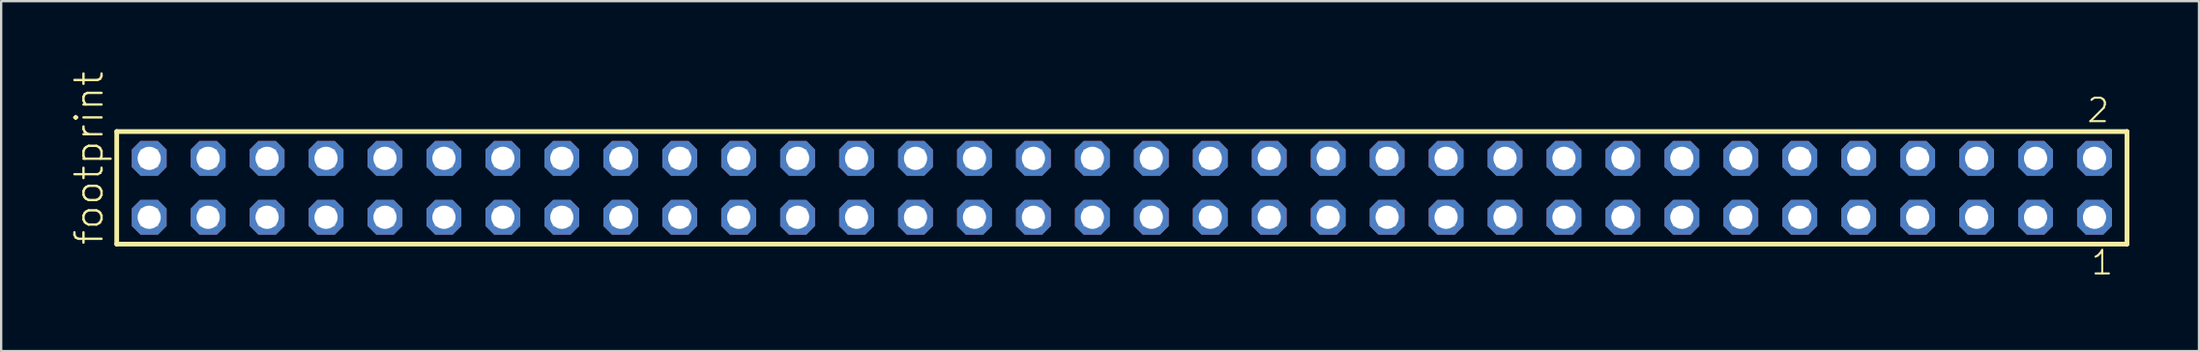
<source format=kicad_pcb>
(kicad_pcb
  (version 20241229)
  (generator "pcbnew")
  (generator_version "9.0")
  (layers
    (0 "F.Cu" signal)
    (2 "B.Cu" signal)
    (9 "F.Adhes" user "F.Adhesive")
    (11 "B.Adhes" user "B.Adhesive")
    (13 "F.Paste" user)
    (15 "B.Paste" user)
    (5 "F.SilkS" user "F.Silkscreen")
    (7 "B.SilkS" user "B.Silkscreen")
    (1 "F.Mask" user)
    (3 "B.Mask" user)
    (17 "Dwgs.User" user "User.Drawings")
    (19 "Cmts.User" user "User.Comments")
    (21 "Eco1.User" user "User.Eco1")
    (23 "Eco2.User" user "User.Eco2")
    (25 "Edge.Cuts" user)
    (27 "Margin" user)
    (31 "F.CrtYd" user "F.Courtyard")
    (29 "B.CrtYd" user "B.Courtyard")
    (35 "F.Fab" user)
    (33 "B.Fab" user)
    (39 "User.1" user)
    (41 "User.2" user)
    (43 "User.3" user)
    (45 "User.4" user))
  (footprint "footprint"
    (layer "F.Cu")
    (at 45.288 5.042)
    (property "Reference" "footprint" (at -43.815 2.54 90) (layer "F.SilkS") (effects (font (size 1.168 1.168) (thickness 0.102)) (justify left bottom)))
    (fp_line (start -43.309 -2.425) (end 43.309 -2.425) (stroke (width 0.203) (type solid)) (layer "F.SilkS"))
    (fp_line (start -43.309 2.425) (end -43.309 -2.425) (stroke (width 0.203) (type solid)) (layer "F.SilkS"))
    (fp_line (start 43.309 -2.425) (end 43.309 2.425) (stroke (width 0.203) (type solid)) (layer "F.SilkS"))
    (fp_line (start 43.309 2.425) (end -43.309 2.425) (stroke (width 0.203) (type solid)) (layer "F.SilkS"))
    (fp_poly (pts (xy -42.26 -0.92) (xy -41.56 -0.92) (xy -41.56 -1.62) (xy -42.26 -1.62)) (stroke (width 0.1) (type solid)) (fill no) (layer "F.Fab"))
    (fp_poly (pts (xy -42.26 1.62) (xy -41.56 1.62) (xy -41.56 0.92) (xy -42.26 0.92)) (stroke (width 0.1) (type solid)) (fill no) (layer "F.Fab"))
    (fp_poly (pts (xy -39.72 -0.92) (xy -39.02 -0.92) (xy -39.02 -1.62) (xy -39.72 -1.62)) (stroke (width 0.1) (type solid)) (fill no) (layer "F.Fab"))
    (fp_poly (pts (xy -39.72 1.62) (xy -39.02 1.62) (xy -39.02 0.92) (xy -39.72 0.92)) (stroke (width 0.1) (type solid)) (fill no) (layer "F.Fab"))
    (fp_poly (pts (xy -37.18 -0.92) (xy -36.48 -0.92) (xy -36.48 -1.62) (xy -37.18 -1.62)) (stroke (width 0.1) (type solid)) (fill no) (layer "F.Fab"))
    (fp_poly (pts (xy -37.18 1.62) (xy -36.48 1.62) (xy -36.48 0.92) (xy -37.18 0.92)) (stroke (width 0.1) (type solid)) (fill no) (layer "F.Fab"))
    (fp_poly (pts (xy -34.64 -0.92) (xy -33.94 -0.92) (xy -33.94 -1.62) (xy -34.64 -1.62)) (stroke (width 0.1) (type solid)) (fill no) (layer "F.Fab"))
    (fp_poly (pts (xy -34.64 1.62) (xy -33.94 1.62) (xy -33.94 0.92) (xy -34.64 0.92)) (stroke (width 0.1) (type solid)) (fill no) (layer "F.Fab"))
    (fp_poly (pts (xy -32.1 -0.92) (xy -31.4 -0.92) (xy -31.4 -1.62) (xy -32.1 -1.62)) (stroke (width 0.1) (type solid)) (fill no) (layer "F.Fab"))
    (fp_poly (pts (xy -32.1 1.62) (xy -31.4 1.62) (xy -31.4 0.92) (xy -32.1 0.92)) (stroke (width 0.1) (type solid)) (fill no) (layer "F.Fab"))
    (fp_poly (pts (xy -29.56 -0.92) (xy -28.86 -0.92) (xy -28.86 -1.62) (xy -29.56 -1.62)) (stroke (width 0.1) (type solid)) (fill no) (layer "F.Fab"))
    (fp_poly (pts (xy -29.56 1.62) (xy -28.86 1.62) (xy -28.86 0.92) (xy -29.56 0.92)) (stroke (width 0.1) (type solid)) (fill no) (layer "F.Fab"))
    (fp_poly (pts (xy -27.02 -0.92) (xy -26.32 -0.92) (xy -26.32 -1.62) (xy -27.02 -1.62)) (stroke (width 0.1) (type solid)) (fill no) (layer "F.Fab"))
    (fp_poly (pts (xy -27.02 1.62) (xy -26.32 1.62) (xy -26.32 0.92) (xy -27.02 0.92)) (stroke (width 0.1) (type solid)) (fill no) (layer "F.Fab"))
    (fp_poly (pts (xy -24.48 -0.92) (xy -23.78 -0.92) (xy -23.78 -1.62) (xy -24.48 -1.62)) (stroke (width 0.1) (type solid)) (fill no) (layer "F.Fab"))
    (fp_poly (pts (xy -24.48 1.62) (xy -23.78 1.62) (xy -23.78 0.92) (xy -24.48 0.92)) (stroke (width 0.1) (type solid)) (fill no) (layer "F.Fab"))
    (fp_poly (pts (xy -21.94 -0.92) (xy -21.24 -0.92) (xy -21.24 -1.62) (xy -21.94 -1.62)) (stroke (width 0.1) (type solid)) (fill no) (layer "F.Fab"))
    (fp_poly (pts (xy -21.94 1.62) (xy -21.24 1.62) (xy -21.24 0.92) (xy -21.94 0.92)) (stroke (width 0.1) (type solid)) (fill no) (layer "F.Fab"))
    (fp_poly (pts (xy -19.4 -0.92) (xy -18.7 -0.92) (xy -18.7 -1.62) (xy -19.4 -1.62)) (stroke (width 0.1) (type solid)) (fill no) (layer "F.Fab"))
    (fp_poly (pts (xy -19.4 1.62) (xy -18.7 1.62) (xy -18.7 0.92) (xy -19.4 0.92)) (stroke (width 0.1) (type solid)) (fill no) (layer "F.Fab"))
    (fp_poly (pts (xy -16.86 -0.92) (xy -16.16 -0.92) (xy -16.16 -1.62) (xy -16.86 -1.62)) (stroke (width 0.1) (type solid)) (fill no) (layer "F.Fab"))
    (fp_poly (pts (xy -16.86 1.62) (xy -16.16 1.62) (xy -16.16 0.92) (xy -16.86 0.92)) (stroke (width 0.1) (type solid)) (fill no) (layer "F.Fab"))
    (fp_poly (pts (xy -14.32 -0.92) (xy -13.62 -0.92) (xy -13.62 -1.62) (xy -14.32 -1.62)) (stroke (width 0.1) (type solid)) (fill no) (layer "F.Fab"))
    (fp_poly (pts (xy -14.32 1.62) (xy -13.62 1.62) (xy -13.62 0.92) (xy -14.32 0.92)) (stroke (width 0.1) (type solid)) (fill no) (layer "F.Fab"))
    (fp_poly (pts (xy -11.78 -0.92) (xy -11.08 -0.92) (xy -11.08 -1.62) (xy -11.78 -1.62)) (stroke (width 0.1) (type solid)) (fill no) (layer "F.Fab"))
    (fp_poly (pts (xy -11.78 1.62) (xy -11.08 1.62) (xy -11.08 0.92) (xy -11.78 0.92)) (stroke (width 0.1) (type solid)) (fill no) (layer "F.Fab"))
    (fp_poly (pts (xy -9.24 -0.92) (xy -8.54 -0.92) (xy -8.54 -1.62) (xy -9.24 -1.62)) (stroke (width 0.1) (type solid)) (fill no) (layer "F.Fab"))
    (fp_poly (pts (xy -9.24 1.62) (xy -8.54 1.62) (xy -8.54 0.92) (xy -9.24 0.92)) (stroke (width 0.1) (type solid)) (fill no) (layer "F.Fab"))
    (fp_poly (pts (xy -6.7 -0.92) (xy -6 -0.92) (xy -6 -1.62) (xy -6.7 -1.62)) (stroke (width 0.1) (type solid)) (fill no) (layer "F.Fab"))
    (fp_poly (pts (xy -6.7 1.62) (xy -6 1.62) (xy -6 0.92) (xy -6.7 0.92)) (stroke (width 0.1) (type solid)) (fill no) (layer "F.Fab"))
    (fp_poly (pts (xy -4.16 -0.92) (xy -3.46 -0.92) (xy -3.46 -1.62) (xy -4.16 -1.62)) (stroke (width 0.1) (type solid)) (fill no) (layer "F.Fab"))
    (fp_poly (pts (xy -4.16 1.62) (xy -3.46 1.62) (xy -3.46 0.92) (xy -4.16 0.92)) (stroke (width 0.1) (type solid)) (fill no) (layer "F.Fab"))
    (fp_poly (pts (xy -1.62 -0.92) (xy -0.92 -0.92) (xy -0.92 -1.62) (xy -1.62 -1.62)) (stroke (width 0.1) (type solid)) (fill no) (layer "F.Fab"))
    (fp_poly (pts (xy -1.62 1.62) (xy -0.92 1.62) (xy -0.92 0.92) (xy -1.62 0.92)) (stroke (width 0.1) (type solid)) (fill no) (layer "F.Fab"))
    (fp_poly (pts (xy 0.92 -0.92) (xy 1.62 -0.92) (xy 1.62 -1.62) (xy 0.92 -1.62)) (stroke (width 0.1) (type solid)) (fill no) (layer "F.Fab"))
    (fp_poly (pts (xy 0.92 1.62) (xy 1.62 1.62) (xy 1.62 0.92) (xy 0.92 0.92)) (stroke (width 0.1) (type solid)) (fill no) (layer "F.Fab"))
    (fp_poly (pts (xy 3.46 -0.92) (xy 4.16 -0.92) (xy 4.16 -1.62) (xy 3.46 -1.62)) (stroke (width 0.1) (type solid)) (fill no) (layer "F.Fab"))
    (fp_poly (pts (xy 3.46 1.62) (xy 4.16 1.62) (xy 4.16 0.92) (xy 3.46 0.92)) (stroke (width 0.1) (type solid)) (fill no) (layer "F.Fab"))
    (fp_poly (pts (xy 6 -0.92) (xy 6.7 -0.92) (xy 6.7 -1.62) (xy 6 -1.62)) (stroke (width 0.1) (type solid)) (fill no) (layer "F.Fab"))
    (fp_poly (pts (xy 6 1.62) (xy 6.7 1.62) (xy 6.7 0.92) (xy 6 0.92)) (stroke (width 0.1) (type solid)) (fill no) (layer "F.Fab"))
    (fp_poly (pts (xy 8.54 -0.92) (xy 9.24 -0.92) (xy 9.24 -1.62) (xy 8.54 -1.62)) (stroke (width 0.1) (type solid)) (fill no) (layer "F.Fab"))
    (fp_poly (pts (xy 8.54 1.62) (xy 9.24 1.62) (xy 9.24 0.92) (xy 8.54 0.92)) (stroke (width 0.1) (type solid)) (fill no) (layer "F.Fab"))
    (fp_poly (pts (xy 11.08 -0.92) (xy 11.78 -0.92) (xy 11.78 -1.62) (xy 11.08 -1.62)) (stroke (width 0.1) (type solid)) (fill no) (layer "F.Fab"))
    (fp_poly (pts (xy 11.08 1.62) (xy 11.78 1.62) (xy 11.78 0.92) (xy 11.08 0.92)) (stroke (width 0.1) (type solid)) (fill no) (layer "F.Fab"))
    (fp_poly (pts (xy 13.62 -0.92) (xy 14.32 -0.92) (xy 14.32 -1.62) (xy 13.62 -1.62)) (stroke (width 0.1) (type solid)) (fill no) (layer "F.Fab"))
    (fp_poly (pts (xy 13.62 1.62) (xy 14.32 1.62) (xy 14.32 0.92) (xy 13.62 0.92)) (stroke (width 0.1) (type solid)) (fill no) (layer "F.Fab"))
    (fp_poly (pts (xy 16.16 -0.92) (xy 16.86 -0.92) (xy 16.86 -1.62) (xy 16.16 -1.62)) (stroke (width 0.1) (type solid)) (fill no) (layer "F.Fab"))
    (fp_poly (pts (xy 16.16 1.62) (xy 16.86 1.62) (xy 16.86 0.92) (xy 16.16 0.92)) (stroke (width 0.1) (type solid)) (fill no) (layer "F.Fab"))
    (fp_poly (pts (xy 18.7 -0.92) (xy 19.4 -0.92) (xy 19.4 -1.62) (xy 18.7 -1.62)) (stroke (width 0.1) (type solid)) (fill no) (layer "F.Fab"))
    (fp_poly (pts (xy 18.7 1.62) (xy 19.4 1.62) (xy 19.4 0.92) (xy 18.7 0.92)) (stroke (width 0.1) (type solid)) (fill no) (layer "F.Fab"))
    (fp_poly (pts (xy 21.24 -0.92) (xy 21.94 -0.92) (xy 21.94 -1.62) (xy 21.24 -1.62)) (stroke (width 0.1) (type solid)) (fill no) (layer "F.Fab"))
    (fp_poly (pts (xy 21.24 1.62) (xy 21.94 1.62) (xy 21.94 0.92) (xy 21.24 0.92)) (stroke (width 0.1) (type solid)) (fill no) (layer "F.Fab"))
    (fp_poly (pts (xy 23.78 -0.92) (xy 24.48 -0.92) (xy 24.48 -1.62) (xy 23.78 -1.62)) (stroke (width 0.1) (type solid)) (fill no) (layer "F.Fab"))
    (fp_poly (pts (xy 23.78 1.62) (xy 24.48 1.62) (xy 24.48 0.92) (xy 23.78 0.92)) (stroke (width 0.1) (type solid)) (fill no) (layer "F.Fab"))
    (fp_poly (pts (xy 26.32 -0.92) (xy 27.02 -0.92) (xy 27.02 -1.62) (xy 26.32 -1.62)) (stroke (width 0.1) (type solid)) (fill no) (layer "F.Fab"))
    (fp_poly (pts (xy 26.32 1.62) (xy 27.02 1.62) (xy 27.02 0.92) (xy 26.32 0.92)) (stroke (width 0.1) (type solid)) (fill no) (layer "F.Fab"))
    (fp_poly (pts (xy 28.86 -0.92) (xy 29.56 -0.92) (xy 29.56 -1.62) (xy 28.86 -1.62)) (stroke (width 0.1) (type solid)) (fill no) (layer "F.Fab"))
    (fp_poly (pts (xy 28.86 1.62) (xy 29.56 1.62) (xy 29.56 0.92) (xy 28.86 0.92)) (stroke (width 0.1) (type solid)) (fill no) (layer "F.Fab"))
    (fp_poly (pts (xy 31.4 -0.92) (xy 32.1 -0.92) (xy 32.1 -1.62) (xy 31.4 -1.62)) (stroke (width 0.1) (type solid)) (fill no) (layer "F.Fab"))
    (fp_poly (pts (xy 31.4 1.62) (xy 32.1 1.62) (xy 32.1 0.92) (xy 31.4 0.92)) (stroke (width 0.1) (type solid)) (fill no) (layer "F.Fab"))
    (fp_poly (pts (xy 33.94 -0.92) (xy 34.64 -0.92) (xy 34.64 -1.62) (xy 33.94 -1.62)) (stroke (width 0.1) (type solid)) (fill no) (layer "F.Fab"))
    (fp_poly (pts (xy 33.94 1.62) (xy 34.64 1.62) (xy 34.64 0.92) (xy 33.94 0.92)) (stroke (width 0.1) (type solid)) (fill no) (layer "F.Fab"))
    (fp_poly (pts (xy 36.48 -0.92) (xy 37.18 -0.92) (xy 37.18 -1.62) (xy 36.48 -1.62)) (stroke (width 0.1) (type solid)) (fill no) (layer "F.Fab"))
    (fp_poly (pts (xy 36.48 1.62) (xy 37.18 1.62) (xy 37.18 0.92) (xy 36.48 0.92)) (stroke (width 0.1) (type solid)) (fill no) (layer "F.Fab"))
    (fp_poly (pts (xy 39.02 -0.92) (xy 39.72 -0.92) (xy 39.72 -1.62) (xy 39.02 -1.62)) (stroke (width 0.1) (type solid)) (fill no) (layer "F.Fab"))
    (fp_poly (pts (xy 39.02 1.62) (xy 39.72 1.62) (xy 39.72 0.92) (xy 39.02 0.92)) (stroke (width 0.1) (type solid)) (fill no) (layer "F.Fab"))
    (fp_poly (pts (xy 41.56 -0.92) (xy 42.26 -0.92) (xy 42.26 -1.62) (xy 41.56 -1.62)) (stroke (width 0.1) (type solid)) (fill no) (layer "F.Fab"))
    (fp_poly (pts (xy 41.56 1.62) (xy 42.26 1.62) (xy 42.26 0.92) (xy 41.56 0.92)) (stroke (width 0.1) (type solid)) (fill no) (layer "F.Fab"))
    (fp_text user "2" (at 41.527 -2.744 0) (layer "F.SilkS") (effects (font (size 1.012 1.012) (thickness 0.088)) (justify left bottom)))
    (fp_text user "1" (at 41.702 3.818 0) (layer "F.SilkS") (effects (font (size 1.012 1.012) (thickness 0.088)) (justify left bottom)))
    (pad "1" thru_hole roundrect (at 41.91 1.27 180) (size 1.5 1.5) (drill 1) (layers "*.Cu" "*.Mask") (roundrect_rratio 0.25) (chamfer_ratio 0.25) (chamfer top_left top_right bottom_left bottom_right))
    (pad "2" thru_hole roundrect (at 41.91 -1.27 180) (size 1.5 1.5) (drill 1) (layers "*.Cu" "*.Mask") (roundrect_rratio 0.25) (chamfer_ratio 0.25) (chamfer top_left top_right bottom_left bottom_right))
    (pad "3" thru_hole roundrect (at 39.37 1.27 180) (size 1.5 1.5) (drill 1) (layers "*.Cu" "*.Mask") (roundrect_rratio 0.25) (chamfer_ratio 0.25) (chamfer top_left top_right bottom_left bottom_right))
    (pad "4" thru_hole roundrect (at 39.37 -1.27 180) (size 1.5 1.5) (drill 1) (layers "*.Cu" "*.Mask") (roundrect_rratio 0.25) (chamfer_ratio 0.25) (chamfer top_left top_right bottom_left bottom_right))
    (pad "5" thru_hole roundrect (at 36.83 1.27 180) (size 1.5 1.5) (drill 1) (layers "*.Cu" "*.Mask") (roundrect_rratio 0.25) (chamfer_ratio 0.25) (chamfer top_left top_right bottom_left bottom_right))
    (pad "6" thru_hole roundrect (at 36.83 -1.27 180) (size 1.5 1.5) (drill 1) (layers "*.Cu" "*.Mask") (roundrect_rratio 0.25) (chamfer_ratio 0.25) (chamfer top_left top_right bottom_left bottom_right))
    (pad "7" thru_hole roundrect (at 34.29 1.27 180) (size 1.5 1.5) (drill 1) (layers "*.Cu" "*.Mask") (roundrect_rratio 0.25) (chamfer_ratio 0.25) (chamfer top_left top_right bottom_left bottom_right))
    (pad "8" thru_hole roundrect (at 34.29 -1.27 180) (size 1.5 1.5) (drill 1) (layers "*.Cu" "*.Mask") (roundrect_rratio 0.25) (chamfer_ratio 0.25) (chamfer top_left top_right bottom_left bottom_right))
    (pad "9" thru_hole roundrect (at 31.75 1.27 180) (size 1.5 1.5) (drill 1) (layers "*.Cu" "*.Mask") (roundrect_rratio 0.25) (chamfer_ratio 0.25) (chamfer top_left top_right bottom_left bottom_right))
    (pad "10" thru_hole roundrect (at 31.75 -1.27 180) (size 1.5 1.5) (drill 1) (layers "*.Cu" "*.Mask") (roundrect_rratio 0.25) (chamfer_ratio 0.25) (chamfer top_left top_right bottom_left bottom_right))
    (pad "11" thru_hole roundrect (at 29.21 1.27 180) (size 1.5 1.5) (drill 1) (layers "*.Cu" "*.Mask") (roundrect_rratio 0.25) (chamfer_ratio 0.25) (chamfer top_left top_right bottom_left bottom_right))
    (pad "12" thru_hole roundrect (at 29.21 -1.27 180) (size 1.5 1.5) (drill 1) (layers "*.Cu" "*.Mask") (roundrect_rratio 0.25) (chamfer_ratio 0.25) (chamfer top_left top_right bottom_left bottom_right))
    (pad "13" thru_hole roundrect (at 26.67 1.27 180) (size 1.5 1.5) (drill 1) (layers "*.Cu" "*.Mask") (roundrect_rratio 0.25) (chamfer_ratio 0.25) (chamfer top_left top_right bottom_left bottom_right))
    (pad "14" thru_hole roundrect (at 26.67 -1.27 180) (size 1.5 1.5) (drill 1) (layers "*.Cu" "*.Mask") (roundrect_rratio 0.25) (chamfer_ratio 0.25) (chamfer top_left top_right bottom_left bottom_right))
    (pad "15" thru_hole roundrect (at 24.13 1.27 180) (size 1.5 1.5) (drill 1) (layers "*.Cu" "*.Mask") (roundrect_rratio 0.25) (chamfer_ratio 0.25) (chamfer top_left top_right bottom_left bottom_right))
    (pad "16" thru_hole roundrect (at 24.13 -1.27 180) (size 1.5 1.5) (drill 1) (layers "*.Cu" "*.Mask") (roundrect_rratio 0.25) (chamfer_ratio 0.25) (chamfer top_left top_right bottom_left bottom_right))
    (pad "17" thru_hole roundrect (at 21.59 1.27 180) (size 1.5 1.5) (drill 1) (layers "*.Cu" "*.Mask") (roundrect_rratio 0.25) (chamfer_ratio 0.25) (chamfer top_left top_right bottom_left bottom_right))
    (pad "18" thru_hole roundrect (at 21.59 -1.27 180) (size 1.5 1.5) (drill 1) (layers "*.Cu" "*.Mask") (roundrect_rratio 0.25) (chamfer_ratio 0.25) (chamfer top_left top_right bottom_left bottom_right))
    (pad "19" thru_hole roundrect (at 19.05 1.27 180) (size 1.5 1.5) (drill 1) (layers "*.Cu" "*.Mask") (roundrect_rratio 0.25) (chamfer_ratio 0.25) (chamfer top_left top_right bottom_left bottom_right))
    (pad "20" thru_hole roundrect (at 19.05 -1.27 180) (size 1.5 1.5) (drill 1) (layers "*.Cu" "*.Mask") (roundrect_rratio 0.25) (chamfer_ratio 0.25) (chamfer top_left top_right bottom_left bottom_right))
    (pad "21" thru_hole roundrect (at 16.51 1.27 180) (size 1.5 1.5) (drill 1) (layers "*.Cu" "*.Mask") (roundrect_rratio 0.25) (chamfer_ratio 0.25) (chamfer top_left top_right bottom_left bottom_right))
    (pad "22" thru_hole roundrect (at 16.51 -1.27 180) (size 1.5 1.5) (drill 1) (layers "*.Cu" "*.Mask") (roundrect_rratio 0.25) (chamfer_ratio 0.25) (chamfer top_left top_right bottom_left bottom_right))
    (pad "23" thru_hole roundrect (at 13.97 1.27 180) (size 1.5 1.5) (drill 1) (layers "*.Cu" "*.Mask") (roundrect_rratio 0.25) (chamfer_ratio 0.25) (chamfer top_left top_right bottom_left bottom_right))
    (pad "24" thru_hole roundrect (at 13.97 -1.27 180) (size 1.5 1.5) (drill 1) (layers "*.Cu" "*.Mask") (roundrect_rratio 0.25) (chamfer_ratio 0.25) (chamfer top_left top_right bottom_left bottom_right))
    (pad "25" thru_hole roundrect (at 11.43 1.27 180) (size 1.5 1.5) (drill 1) (layers "*.Cu" "*.Mask") (roundrect_rratio 0.25) (chamfer_ratio 0.25) (chamfer top_left top_right bottom_left bottom_right))
    (pad "26" thru_hole roundrect (at 11.43 -1.27 180) (size 1.5 1.5) (drill 1) (layers "*.Cu" "*.Mask") (roundrect_rratio 0.25) (chamfer_ratio 0.25) (chamfer top_left top_right bottom_left bottom_right))
    (pad "27" thru_hole roundrect (at 8.89 1.27 180) (size 1.5 1.5) (drill 1) (layers "*.Cu" "*.Mask") (roundrect_rratio 0.25) (chamfer_ratio 0.25) (chamfer top_left top_right bottom_left bottom_right))
    (pad "28" thru_hole roundrect (at 8.89 -1.27 180) (size 1.5 1.5) (drill 1) (layers "*.Cu" "*.Mask") (roundrect_rratio 0.25) (chamfer_ratio 0.25) (chamfer top_left top_right bottom_left bottom_right))
    (pad "29" thru_hole roundrect (at 6.35 1.27 180) (size 1.5 1.5) (drill 1) (layers "*.Cu" "*.Mask") (roundrect_rratio 0.25) (chamfer_ratio 0.25) (chamfer top_left top_right bottom_left bottom_right))
    (pad "30" thru_hole roundrect (at 6.35 -1.27 180) (size 1.5 1.5) (drill 1) (layers "*.Cu" "*.Mask") (roundrect_rratio 0.25) (chamfer_ratio 0.25) (chamfer top_left top_right bottom_left bottom_right))
    (pad "31" thru_hole roundrect (at 3.81 1.27 180) (size 1.5 1.5) (drill 1) (layers "*.Cu" "*.Mask") (roundrect_rratio 0.25) (chamfer_ratio 0.25) (chamfer top_left top_right bottom_left bottom_right))
    (pad "32" thru_hole roundrect (at 3.81 -1.27 180) (size 1.5 1.5) (drill 1) (layers "*.Cu" "*.Mask") (roundrect_rratio 0.25) (chamfer_ratio 0.25) (chamfer top_left top_right bottom_left bottom_right))
    (pad "33" thru_hole roundrect (at 1.27 1.27 180) (size 1.5 1.5) (drill 1) (layers "*.Cu" "*.Mask") (roundrect_rratio 0.25) (chamfer_ratio 0.25) (chamfer top_left top_right bottom_left bottom_right))
    (pad "34" thru_hole roundrect (at 1.27 -1.27 180) (size 1.5 1.5) (drill 1) (layers "*.Cu" "*.Mask") (roundrect_rratio 0.25) (chamfer_ratio 0.25) (chamfer top_left top_right bottom_left bottom_right))
    (pad "35" thru_hole roundrect (at -1.27 1.27 180) (size 1.5 1.5) (drill 1) (layers "*.Cu" "*.Mask") (roundrect_rratio 0.25) (chamfer_ratio 0.25) (chamfer top_left top_right bottom_left bottom_right))
    (pad "36" thru_hole roundrect (at -1.27 -1.27 180) (size 1.5 1.5) (drill 1) (layers "*.Cu" "*.Mask") (roundrect_rratio 0.25) (chamfer_ratio 0.25) (chamfer top_left top_right bottom_left bottom_right))
    (pad "37" thru_hole roundrect (at -3.81 1.27 180) (size 1.5 1.5) (drill 1) (layers "*.Cu" "*.Mask") (roundrect_rratio 0.25) (chamfer_ratio 0.25) (chamfer top_left top_right bottom_left bottom_right))
    (pad "38" thru_hole roundrect (at -3.81 -1.27 180) (size 1.5 1.5) (drill 1) (layers "*.Cu" "*.Mask") (roundrect_rratio 0.25) (chamfer_ratio 0.25) (chamfer top_left top_right bottom_left bottom_right))
    (pad "39" thru_hole roundrect (at -6.35 1.27 180) (size 1.5 1.5) (drill 1) (layers "*.Cu" "*.Mask") (roundrect_rratio 0.25) (chamfer_ratio 0.25) (chamfer top_left top_right bottom_left bottom_right))
    (pad "40" thru_hole roundrect (at -6.35 -1.27 180) (size 1.5 1.5) (drill 1) (layers "*.Cu" "*.Mask") (roundrect_rratio 0.25) (chamfer_ratio 0.25) (chamfer top_left top_right bottom_left bottom_right))
    (pad "41" thru_hole roundrect (at -8.89 1.27 180) (size 1.5 1.5) (drill 1) (layers "*.Cu" "*.Mask") (roundrect_rratio 0.25) (chamfer_ratio 0.25) (chamfer top_left top_right bottom_left bottom_right))
    (pad "42" thru_hole roundrect (at -8.89 -1.27 180) (size 1.5 1.5) (drill 1) (layers "*.Cu" "*.Mask") (roundrect_rratio 0.25) (chamfer_ratio 0.25) (chamfer top_left top_right bottom_left bottom_right))
    (pad "43" thru_hole roundrect (at -11.43 1.27 180) (size 1.5 1.5) (drill 1) (layers "*.Cu" "*.Mask") (roundrect_rratio 0.25) (chamfer_ratio 0.25) (chamfer top_left top_right bottom_left bottom_right))
    (pad "44" thru_hole roundrect (at -11.43 -1.27 180) (size 1.5 1.5) (drill 1) (layers "*.Cu" "*.Mask") (roundrect_rratio 0.25) (chamfer_ratio 0.25) (chamfer top_left top_right bottom_left bottom_right))
    (pad "45" thru_hole roundrect (at -13.97 1.27 180) (size 1.5 1.5) (drill 1) (layers "*.Cu" "*.Mask") (roundrect_rratio 0.25) (chamfer_ratio 0.25) (chamfer top_left top_right bottom_left bottom_right))
    (pad "46" thru_hole roundrect (at -13.97 -1.27 180) (size 1.5 1.5) (drill 1) (layers "*.Cu" "*.Mask") (roundrect_rratio 0.25) (chamfer_ratio 0.25) (chamfer top_left top_right bottom_left bottom_right))
    (pad "47" thru_hole roundrect (at -16.51 1.27 180) (size 1.5 1.5) (drill 1) (layers "*.Cu" "*.Mask") (roundrect_rratio 0.25) (chamfer_ratio 0.25) (chamfer top_left top_right bottom_left bottom_right))
    (pad "48" thru_hole roundrect (at -16.51 -1.27 180) (size 1.5 1.5) (drill 1) (layers "*.Cu" "*.Mask") (roundrect_rratio 0.25) (chamfer_ratio 0.25) (chamfer top_left top_right bottom_left bottom_right))
    (pad "49" thru_hole roundrect (at -19.05 1.27 180) (size 1.5 1.5) (drill 1) (layers "*.Cu" "*.Mask") (roundrect_rratio 0.25) (chamfer_ratio 0.25) (chamfer top_left top_right bottom_left bottom_right))
    (pad "50" thru_hole roundrect (at -19.05 -1.27 180) (size 1.5 1.5) (drill 1) (layers "*.Cu" "*.Mask") (roundrect_rratio 0.25) (chamfer_ratio 0.25) (chamfer top_left top_right bottom_left bottom_right))
    (pad "51" thru_hole roundrect (at -21.59 1.27 180) (size 1.5 1.5) (drill 1) (layers "*.Cu" "*.Mask") (roundrect_rratio 0.25) (chamfer_ratio 0.25) (chamfer top_left top_right bottom_left bottom_right))
    (pad "52" thru_hole roundrect (at -21.59 -1.27 180) (size 1.5 1.5) (drill 1) (layers "*.Cu" "*.Mask") (roundrect_rratio 0.25) (chamfer_ratio 0.25) (chamfer top_left top_right bottom_left bottom_right))
    (pad "53" thru_hole roundrect (at -24.13 1.27 180) (size 1.5 1.5) (drill 1) (layers "*.Cu" "*.Mask") (roundrect_rratio 0.25) (chamfer_ratio 0.25) (chamfer top_left top_right bottom_left bottom_right))
    (pad "54" thru_hole roundrect (at -24.13 -1.27 180) (size 1.5 1.5) (drill 1) (layers "*.Cu" "*.Mask") (roundrect_rratio 0.25) (chamfer_ratio 0.25) (chamfer top_left top_right bottom_left bottom_right))
    (pad "55" thru_hole roundrect (at -26.67 1.27 180) (size 1.5 1.5) (drill 1) (layers "*.Cu" "*.Mask") (roundrect_rratio 0.25) (chamfer_ratio 0.25) (chamfer top_left top_right bottom_left bottom_right))
    (pad "56" thru_hole roundrect (at -26.67 -1.27 180) (size 1.5 1.5) (drill 1) (layers "*.Cu" "*.Mask") (roundrect_rratio 0.25) (chamfer_ratio 0.25) (chamfer top_left top_right bottom_left bottom_right))
    (pad "57" thru_hole roundrect (at -29.21 1.27 180) (size 1.5 1.5) (drill 1) (layers "*.Cu" "*.Mask") (roundrect_rratio 0.25) (chamfer_ratio 0.25) (chamfer top_left top_right bottom_left bottom_right))
    (pad "58" thru_hole roundrect (at -29.21 -1.27 180) (size 1.5 1.5) (drill 1) (layers "*.Cu" "*.Mask") (roundrect_rratio 0.25) (chamfer_ratio 0.25) (chamfer top_left top_right bottom_left bottom_right))
    (pad "59" thru_hole roundrect (at -31.75 1.27 180) (size 1.5 1.5) (drill 1) (layers "*.Cu" "*.Mask") (roundrect_rratio 0.25) (chamfer_ratio 0.25) (chamfer top_left top_right bottom_left bottom_right))
    (pad "60" thru_hole roundrect (at -31.75 -1.27 180) (size 1.5 1.5) (drill 1) (layers "*.Cu" "*.Mask") (roundrect_rratio 0.25) (chamfer_ratio 0.25) (chamfer top_left top_right bottom_left bottom_right))
    (pad "61" thru_hole roundrect (at -34.29 1.27 180) (size 1.5 1.5) (drill 1) (layers "*.Cu" "*.Mask") (roundrect_rratio 0.25) (chamfer_ratio 0.25) (chamfer top_left top_right bottom_left bottom_right))
    (pad "62" thru_hole roundrect (at -34.29 -1.27 180) (size 1.5 1.5) (drill 1) (layers "*.Cu" "*.Mask") (roundrect_rratio 0.25) (chamfer_ratio 0.25) (chamfer top_left top_right bottom_left bottom_right))
    (pad "63" thru_hole roundrect (at -36.83 1.27 180) (size 1.5 1.5) (drill 1) (layers "*.Cu" "*.Mask") (roundrect_rratio 0.25) (chamfer_ratio 0.25) (chamfer top_left top_right bottom_left bottom_right))
    (pad "64" thru_hole roundrect (at -36.83 -1.27 180) (size 1.5 1.5) (drill 1) (layers "*.Cu" "*.Mask") (roundrect_rratio 0.25) (chamfer_ratio 0.25) (chamfer top_left top_right bottom_left bottom_right))
    (pad "65" thru_hole roundrect (at -39.37 1.27 180) (size 1.5 1.5) (drill 1) (layers "*.Cu" "*.Mask") (roundrect_rratio 0.25) (chamfer_ratio 0.25) (chamfer top_left top_right bottom_left bottom_right))
    (pad "66" thru_hole roundrect (at -39.37 -1.27 180) (size 1.5 1.5) (drill 1) (layers "*.Cu" "*.Mask") (roundrect_rratio 0.25) (chamfer_ratio 0.25) (chamfer top_left top_right bottom_left bottom_right))
    (pad "67" thru_hole roundrect (at -41.91 1.27 180) (size 1.5 1.5) (drill 1) (layers "*.Cu" "*.Mask") (roundrect_rratio 0.25) (chamfer_ratio 0.25) (chamfer top_left top_right bottom_left bottom_right))
    (pad "68" thru_hole roundrect (at -41.91 -1.27 180) (size 1.5 1.5) (drill 1) (layers "*.Cu" "*.Mask") (roundrect_rratio 0.25) (chamfer_ratio 0.25) (chamfer top_left top_right bottom_left bottom_right)))
  (gr_rect
    (start -3 -3)
    (end 91.699 12.077)
    (stroke (width 0.1) (type default))
    (fill no)
    (layer "Edge.Cuts")))
</source>
